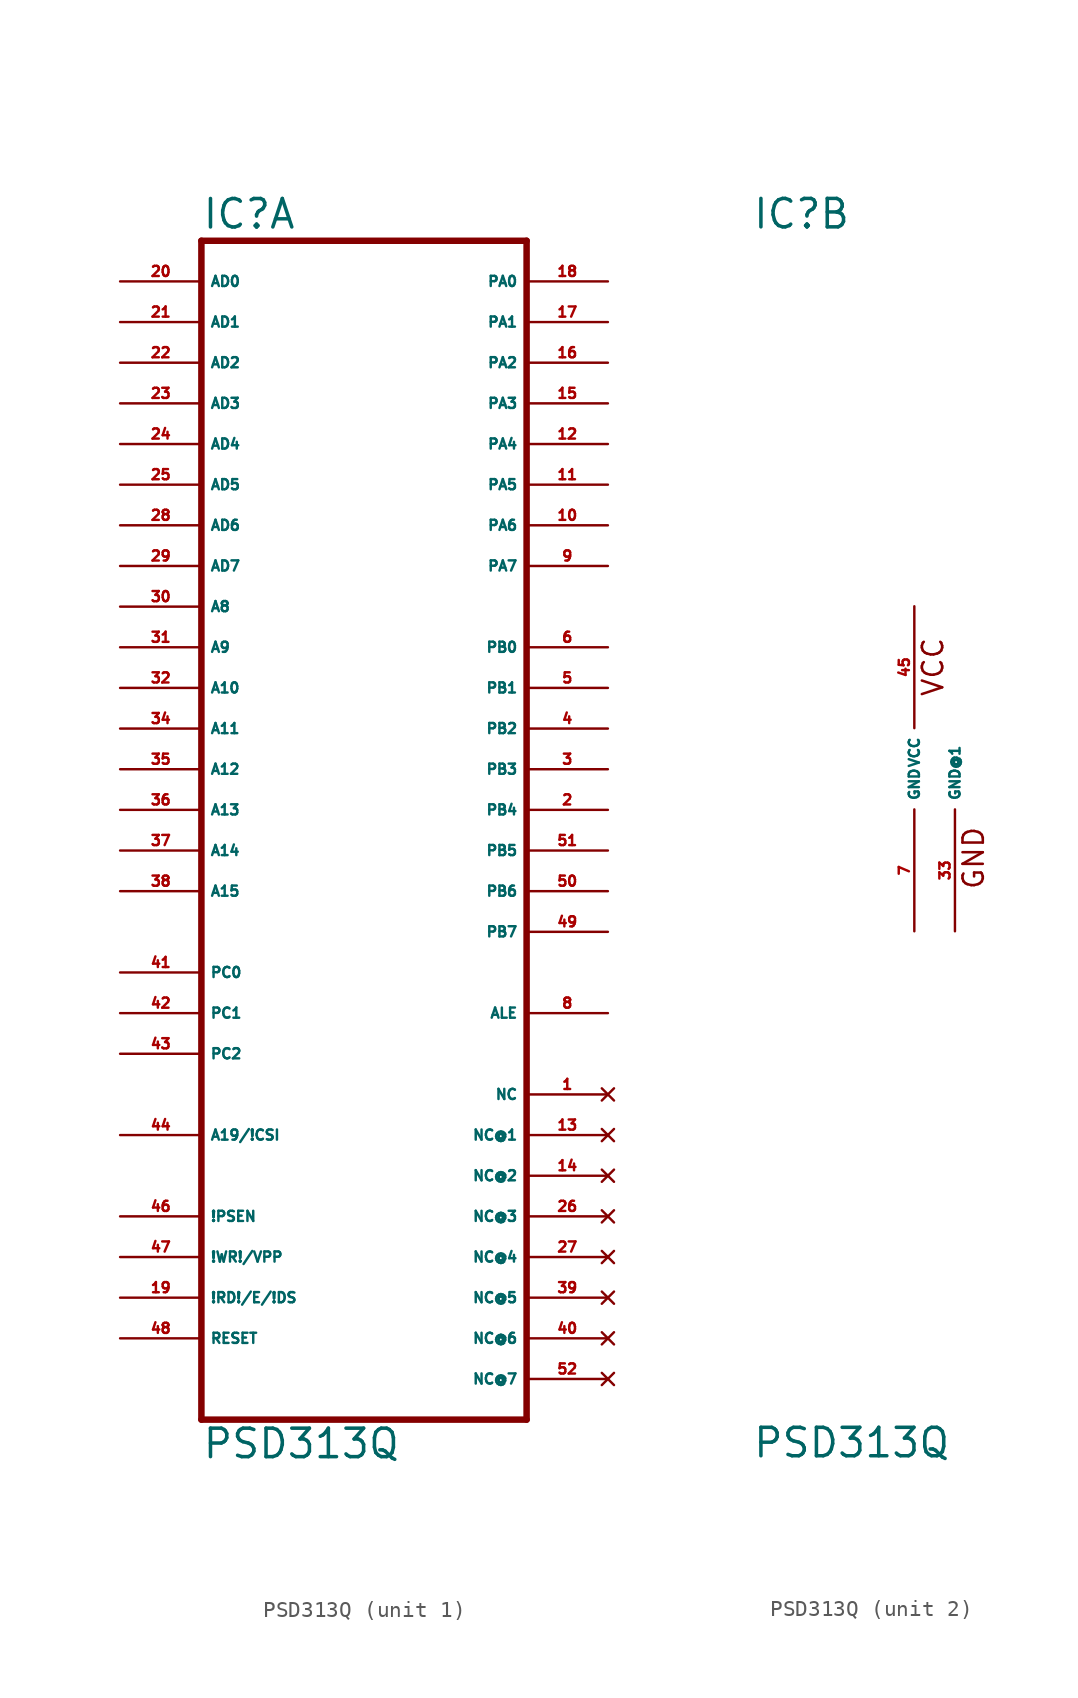
<source format=kicad_sym>
(kicad_symbol_lib
  (version 20220914)
  (generator Eagle2Kicad)
  (symbol "PSD313Q"
    (property "Reference" "IC"
      (at -10.16 33.655 0)
      (effects (font (size 1.778 1.778) (thickness 0.22)) (justify left bottom)))
    (property "Value" "PSD313Q"
      (at -10.16 -43.18 0)
      (effects (font (size 1.778 1.778) (thickness 0.22)) (justify left bottom)))
    (symbol "PSD313Q_1_0"
      (polyline (pts (xy -10.16 -40.64) (xy 10.16 -40.64)) (stroke (width 0.406) (type default)) (fill (type none)))
      (polyline (pts (xy 10.16 -40.64) (xy 10.16 33.02)) (stroke (width 0.406) (type default)) (fill (type none)))
      (polyline (pts (xy 10.16 33.02) (xy -10.16 33.02)) (stroke (width 0.406) (type default)) (fill (type none)))
      (polyline (pts (xy -10.16 33.02) (xy -10.16 -40.64)) (stroke (width 0.406) (type default)) (fill (type none)))
      (pin input line (at -15.24 30.48 0) (length 5.08) (name "AD0" (effects (font (size 0.635 0.635) (thickness 0.08)) (justify left bottom))) (number "20" (effects (font (size 0.635 0.635) (thickness 0.08)) (justify left bottom))))
      (pin input line (at -15.24 27.94 0) (length 5.08) (name "AD1" (effects (font (size 0.635 0.635) (thickness 0.08)) (justify left bottom))) (number "21" (effects (font (size 0.635 0.635) (thickness 0.08)) (justify left bottom))))
      (pin input line (at -15.24 25.4 0) (length 5.08) (name "AD2" (effects (font (size 0.635 0.635) (thickness 0.08)) (justify left bottom))) (number "22" (effects (font (size 0.635 0.635) (thickness 0.08)) (justify left bottom))))
      (pin input line (at -15.24 22.86 0) (length 5.08) (name "AD3" (effects (font (size 0.635 0.635) (thickness 0.08)) (justify left bottom))) (number "23" (effects (font (size 0.635 0.635) (thickness 0.08)) (justify left bottom))))
      (pin input line (at -15.24 20.32 0) (length 5.08) (name "AD4" (effects (font (size 0.635 0.635) (thickness 0.08)) (justify left bottom))) (number "24" (effects (font (size 0.635 0.635) (thickness 0.08)) (justify left bottom))))
      (pin input line (at -15.24 17.78 0) (length 5.08) (name "AD5" (effects (font (size 0.635 0.635) (thickness 0.08)) (justify left bottom))) (number "25" (effects (font (size 0.635 0.635) (thickness 0.08)) (justify left bottom))))
      (pin input line (at -15.24 15.24 0) (length 5.08) (name "AD6" (effects (font (size 0.635 0.635) (thickness 0.08)) (justify left bottom))) (number "28" (effects (font (size 0.635 0.635) (thickness 0.08)) (justify left bottom))))
      (pin input line (at -15.24 12.7 0) (length 5.08) (name "AD7" (effects (font (size 0.635 0.635) (thickness 0.08)) (justify left bottom))) (number "29" (effects (font (size 0.635 0.635) (thickness 0.08)) (justify left bottom))))
      (pin input line (at -15.24 10.16 0) (length 5.08) (name "A8" (effects (font (size 0.635 0.635) (thickness 0.08)) (justify left bottom))) (number "30" (effects (font (size 0.635 0.635) (thickness 0.08)) (justify left bottom))))
      (pin input line (at -15.24 7.62 0) (length 5.08) (name "A9" (effects (font (size 0.635 0.635) (thickness 0.08)) (justify left bottom))) (number "31" (effects (font (size 0.635 0.635) (thickness 0.08)) (justify left bottom))))
      (pin input line (at -15.24 5.08 0) (length 5.08) (name "A10" (effects (font (size 0.635 0.635) (thickness 0.08)) (justify left bottom))) (number "32" (effects (font (size 0.635 0.635) (thickness 0.08)) (justify left bottom))))
      (pin input line (at -15.24 2.54 0) (length 5.08) (name "A11" (effects (font (size 0.635 0.635) (thickness 0.08)) (justify left bottom))) (number "34" (effects (font (size 0.635 0.635) (thickness 0.08)) (justify left bottom))))
      (pin input line (at -15.24 0 0) (length 5.08) (name "A12" (effects (font (size 0.635 0.635) (thickness 0.08)) (justify left bottom))) (number "35" (effects (font (size 0.635 0.635) (thickness 0.08)) (justify left bottom))))
      (pin input line (at -15.24 -2.54 0) (length 5.08) (name "A13" (effects (font (size 0.635 0.635) (thickness 0.08)) (justify left bottom))) (number "36" (effects (font (size 0.635 0.635) (thickness 0.08)) (justify left bottom))))
      (pin input line (at -15.24 -5.08 0) (length 5.08) (name "A14" (effects (font (size 0.635 0.635) (thickness 0.08)) (justify left bottom))) (number "37" (effects (font (size 0.635 0.635) (thickness 0.08)) (justify left bottom))))
      (pin input line (at -15.24 -7.62 0) (length 5.08) (name "A15" (effects (font (size 0.635 0.635) (thickness 0.08)) (justify left bottom))) (number "38" (effects (font (size 0.635 0.635) (thickness 0.08)) (justify left bottom))))
      (pin input line (at -15.24 -12.7 0) (length 5.08) (name "PC0" (effects (font (size 0.635 0.635) (thickness 0.08)) (justify left bottom))) (number "41" (effects (font (size 0.635 0.635) (thickness 0.08)) (justify left bottom))))
      (pin input line (at -15.24 -15.24 0) (length 5.08) (name "PC1" (effects (font (size 0.635 0.635) (thickness 0.08)) (justify left bottom))) (number "42" (effects (font (size 0.635 0.635) (thickness 0.08)) (justify left bottom))))
      (pin input line (at -15.24 -17.78 0) (length 5.08) (name "PC2" (effects (font (size 0.635 0.635) (thickness 0.08)) (justify left bottom))) (number "43" (effects (font (size 0.635 0.635) (thickness 0.08)) (justify left bottom))))
      (pin input line (at -15.24 -22.86 0) (length 5.08) (name "A19/!CSI" (effects (font (size 0.635 0.635) (thickness 0.08)) (justify left bottom))) (number "44" (effects (font (size 0.635 0.635) (thickness 0.08)) (justify left bottom))))
      (pin bidirectional line (at 15.24 30.48 180) (length 5.08) (name "PA0" (effects (font (size 0.635 0.635) (thickness 0.08)) (justify left bottom))) (number "18" (effects (font (size 0.635 0.635) (thickness 0.08)) (justify left bottom))))
      (pin bidirectional line (at 15.24 27.94 180) (length 5.08) (name "PA1" (effects (font (size 0.635 0.635) (thickness 0.08)) (justify left bottom))) (number "17" (effects (font (size 0.635 0.635) (thickness 0.08)) (justify left bottom))))
      (pin bidirectional line (at 15.24 25.4 180) (length 5.08) (name "PA2" (effects (font (size 0.635 0.635) (thickness 0.08)) (justify left bottom))) (number "16" (effects (font (size 0.635 0.635) (thickness 0.08)) (justify left bottom))))
      (pin bidirectional line (at 15.24 22.86 180) (length 5.08) (name "PA3" (effects (font (size 0.635 0.635) (thickness 0.08)) (justify left bottom))) (number "15" (effects (font (size 0.635 0.635) (thickness 0.08)) (justify left bottom))))
      (pin bidirectional line (at 15.24 20.32 180) (length 5.08) (name "PA4" (effects (font (size 0.635 0.635) (thickness 0.08)) (justify left bottom))) (number "12" (effects (font (size 0.635 0.635) (thickness 0.08)) (justify left bottom))))
      (pin bidirectional line (at 15.24 17.78 180) (length 5.08) (name "PA5" (effects (font (size 0.635 0.635) (thickness 0.08)) (justify left bottom))) (number "11" (effects (font (size 0.635 0.635) (thickness 0.08)) (justify left bottom))))
      (pin bidirectional line (at 15.24 15.24 180) (length 5.08) (name "PA6" (effects (font (size 0.635 0.635) (thickness 0.08)) (justify left bottom))) (number "10" (effects (font (size 0.635 0.635) (thickness 0.08)) (justify left bottom))))
      (pin bidirectional line (at 15.24 12.7 180) (length 5.08) (name "PA7" (effects (font (size 0.635 0.635) (thickness 0.08)) (justify left bottom))) (number "9" (effects (font (size 0.635 0.635) (thickness 0.08)) (justify left bottom))))
      (pin output line (at 15.24 7.62 180) (length 5.08) (name "PB0" (effects (font (size 0.635 0.635) (thickness 0.08)) (justify left bottom))) (number "6" (effects (font (size 0.635 0.635) (thickness 0.08)) (justify left bottom))))
      (pin output line (at 15.24 5.08 180) (length 5.08) (name "PB1" (effects (font (size 0.635 0.635) (thickness 0.08)) (justify left bottom))) (number "5" (effects (font (size 0.635 0.635) (thickness 0.08)) (justify left bottom))))
      (pin output line (at 15.24 2.54 180) (length 5.08) (name "PB2" (effects (font (size 0.635 0.635) (thickness 0.08)) (justify left bottom))) (number "4" (effects (font (size 0.635 0.635) (thickness 0.08)) (justify left bottom))))
      (pin output line (at 15.24 0 180) (length 5.08) (name "PB3" (effects (font (size 0.635 0.635) (thickness 0.08)) (justify left bottom))) (number "3" (effects (font (size 0.635 0.635) (thickness 0.08)) (justify left bottom))))
      (pin output line (at 15.24 -2.54 180) (length 5.08) (name "PB4" (effects (font (size 0.635 0.635) (thickness 0.08)) (justify left bottom))) (number "2" (effects (font (size 0.635 0.635) (thickness 0.08)) (justify left bottom))))
      (pin output line (at 15.24 -5.08 180) (length 5.08) (name "PB5" (effects (font (size 0.635 0.635) (thickness 0.08)) (justify left bottom))) (number "51" (effects (font (size 0.635 0.635) (thickness 0.08)) (justify left bottom))))
      (pin output line (at 15.24 -7.62 180) (length 5.08) (name "PB6" (effects (font (size 0.635 0.635) (thickness 0.08)) (justify left bottom))) (number "50" (effects (font (size 0.635 0.635) (thickness 0.08)) (justify left bottom))))
      (pin output line (at 15.24 -10.16 180) (length 5.08) (name "PB7" (effects (font (size 0.635 0.635) (thickness 0.08)) (justify left bottom))) (number "49" (effects (font (size 0.635 0.635) (thickness 0.08)) (justify left bottom))))
      (pin output line (at 15.24 -15.24 180) (length 5.08) (name "ALE" (effects (font (size 0.635 0.635) (thickness 0.08)) (justify left bottom))) (number "8" (effects (font (size 0.635 0.635) (thickness 0.08)) (justify left bottom))))
      (pin input line (at -15.24 -27.94 0) (length 5.08) (name "!PSEN" (effects (font (size 0.635 0.635) (thickness 0.08)) (justify left bottom))) (number "46" (effects (font (size 0.635 0.635) (thickness 0.08)) (justify left bottom))))
      (pin input line (at -15.24 -30.48 0) (length 5.08) (name "!WR!/VPP" (effects (font (size 0.635 0.635) (thickness 0.08)) (justify left bottom))) (number "47" (effects (font (size 0.635 0.635) (thickness 0.08)) (justify left bottom))))
      (pin input line (at -15.24 -33.02 0) (length 5.08) (name "!RD!/E/!DS" (effects (font (size 0.635 0.635) (thickness 0.08)) (justify left bottom))) (number "19" (effects (font (size 0.635 0.635) (thickness 0.08)) (justify left bottom))))
      (pin input line (at -15.24 -35.56 0) (length 5.08) (name "RESET" (effects (font (size 0.635 0.635) (thickness 0.08)) (justify left bottom))) (number "48" (effects (font (size 0.635 0.635) (thickness 0.08)) (justify left bottom))))
      (pin no_connect line (at 15.24 -20.32 180) (length 5.08) (name "NC" (effects (font (size 0.635 0.635) (thickness 0.08)) (justify left bottom) hide)) (number "1" (effects (font (size 0.635 0.635) (thickness 0.08)) (justify left bottom) hide)))
      (pin no_connect line (at 15.24 -22.86 180) (length 5.08) (name "NC@1" (effects (font (size 0.635 0.635) (thickness 0.08)) (justify left bottom) hide)) (number "13" (effects (font (size 0.635 0.635) (thickness 0.08)) (justify left bottom) hide)))
      (pin no_connect line (at 15.24 -25.4 180) (length 5.08) (name "NC@2" (effects (font (size 0.635 0.635) (thickness 0.08)) (justify left bottom) hide)) (number "14" (effects (font (size 0.635 0.635) (thickness 0.08)) (justify left bottom) hide)))
      (pin no_connect line (at 15.24 -27.94 180) (length 5.08) (name "NC@3" (effects (font (size 0.635 0.635) (thickness 0.08)) (justify left bottom) hide)) (number "26" (effects (font (size 0.635 0.635) (thickness 0.08)) (justify left bottom) hide)))
      (pin no_connect line (at 15.24 -30.48 180) (length 5.08) (name "NC@4" (effects (font (size 0.635 0.635) (thickness 0.08)) (justify left bottom) hide)) (number "27" (effects (font (size 0.635 0.635) (thickness 0.08)) (justify left bottom) hide)))
      (pin no_connect line (at 15.24 -33.02 180) (length 5.08) (name "NC@5" (effects (font (size 0.635 0.635) (thickness 0.08)) (justify left bottom) hide)) (number "39" (effects (font (size 0.635 0.635) (thickness 0.08)) (justify left bottom) hide)))
      (pin no_connect line (at 15.24 -35.56 180) (length 5.08) (name "NC@6" (effects (font (size 0.635 0.635) (thickness 0.08)) (justify left bottom) hide)) (number "40" (effects (font (size 0.635 0.635) (thickness 0.08)) (justify left bottom) hide)))
      (pin no_connect line (at 15.24 -38.1 180) (length 5.08) (name "NC@7" (effects (font (size 0.635 0.635) (thickness 0.08)) (justify left bottom) hide)) (number "52" (effects (font (size 0.635 0.635) (thickness 0.08)) (justify left bottom) hide))))
    (symbol "PSD313Q_2_0"
      (text "VCC" (at 1.905 4.445 900) (effects (font (size 1.27 1.27) (thickness 0.16)) (justify left bottom)))
      (text "GND" (at 4.445 -7.62 900) (effects (font (size 1.27 1.27) (thickness 0.16)) (justify left bottom)))
      (pin unspecified line (at 0 10.16 270) (length 7.62) (name "VCC" (effects (font (size 0.635 0.635) (thickness 0.08)) (justify left bottom))) (number "45" (effects (font (size 0.635 0.635) (thickness 0.08)) (justify left bottom))))
      (pin unspecified line (at 0 -10.16 90) (length 7.62) (name "GND" (effects (font (size 0.635 0.635) (thickness 0.08)) (justify left bottom))) (number "7" (effects (font (size 0.635 0.635) (thickness 0.08)) (justify left bottom))))
      (pin unspecified line (at 2.54 -10.16 90) (length 7.62) (name "GND@1" (effects (font (size 0.635 0.635) (thickness 0.08)) (justify left bottom))) (number "33" (effects (font (size 0.635 0.635) (thickness 0.08)) (justify left bottom)))))))
</source>
